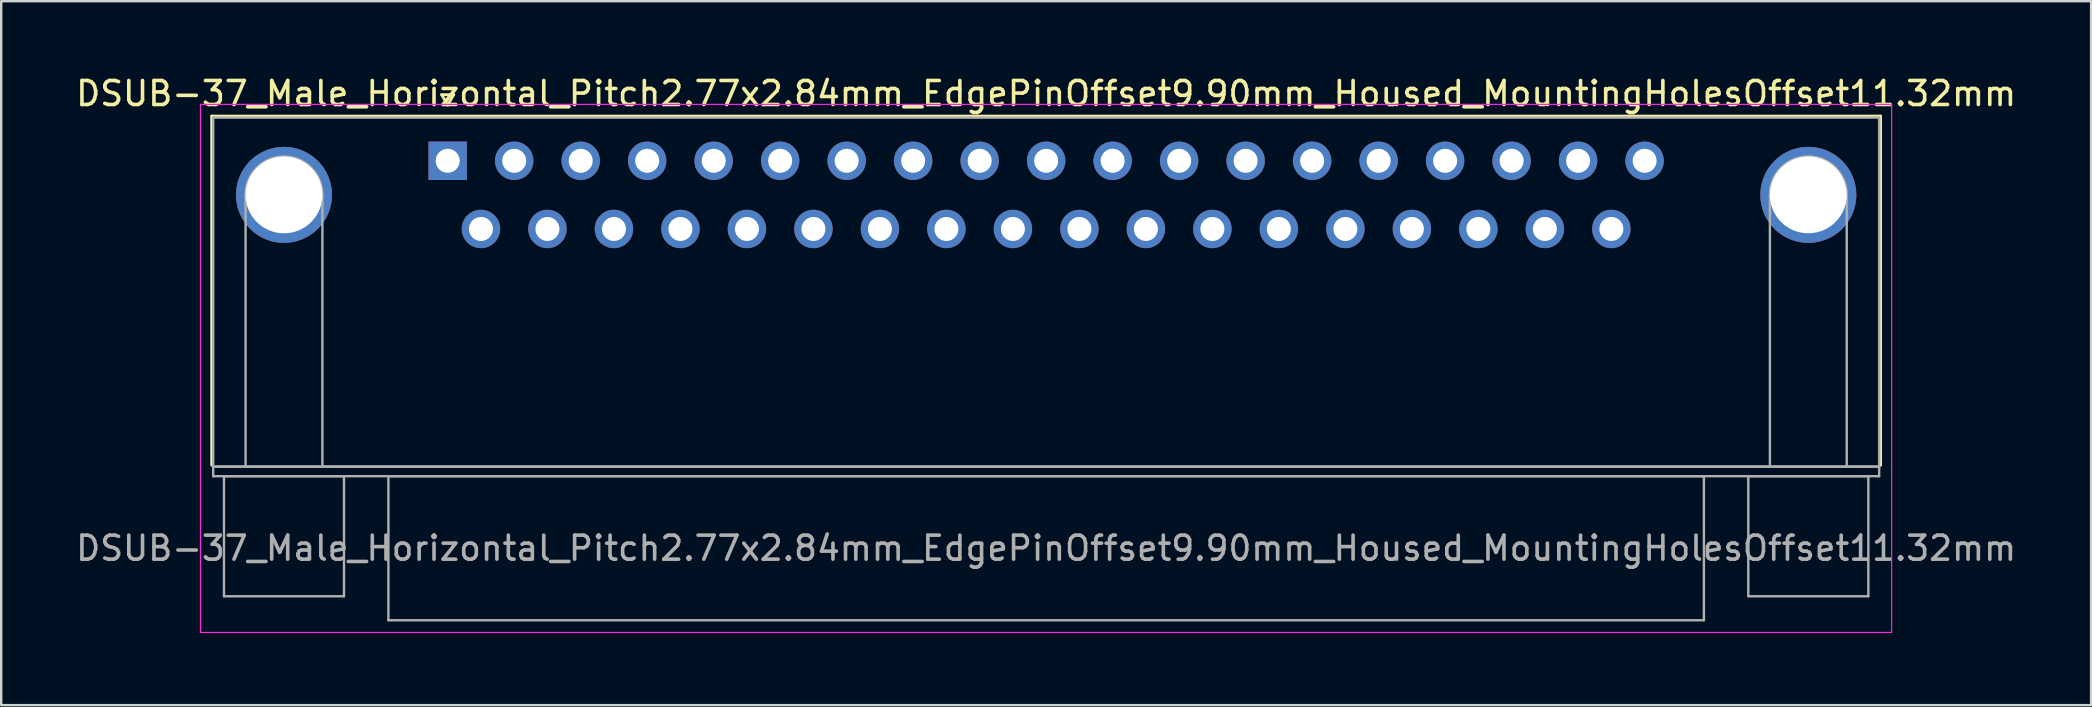
<source format=kicad_pcb>
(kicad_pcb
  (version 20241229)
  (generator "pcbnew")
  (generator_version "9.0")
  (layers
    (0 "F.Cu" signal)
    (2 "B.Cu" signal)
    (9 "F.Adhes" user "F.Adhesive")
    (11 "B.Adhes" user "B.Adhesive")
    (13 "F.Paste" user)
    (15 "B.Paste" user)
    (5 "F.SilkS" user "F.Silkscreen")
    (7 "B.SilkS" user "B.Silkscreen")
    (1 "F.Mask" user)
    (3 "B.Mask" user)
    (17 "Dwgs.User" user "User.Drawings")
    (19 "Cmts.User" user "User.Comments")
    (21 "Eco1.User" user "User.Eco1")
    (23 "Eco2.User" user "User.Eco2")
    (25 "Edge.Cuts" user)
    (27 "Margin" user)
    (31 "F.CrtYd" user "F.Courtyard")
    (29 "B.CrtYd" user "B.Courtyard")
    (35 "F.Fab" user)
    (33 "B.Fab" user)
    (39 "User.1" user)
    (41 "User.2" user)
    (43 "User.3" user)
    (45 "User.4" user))
  (footprint "DSUB-37_Male_Horizontal_Pitch2.77x2.84mm_EdgePinOffset9.90mm_Housed_MountingHolesOffset11.32mm"
    (layer "F.Cu")
    (at 15.6 3.648)
    (property "Reference" "DSUB-37_Male_Horizontal_Pitch2.77x2.84mm_EdgePinOffset9.90mm_Housed_MountingHolesOffset11.32mm" (at 24.93 -2.8 0) (layer "F.SilkS") (effects (font (size 1 1) (thickness 0.15))))
    (attr through_hole)
    (fp_line (start -9.83 -1.86) (end 59.69 -1.86) (stroke (width 0.12) (type solid)) (layer "F.SilkS"))
    (fp_line (start -9.83 12.68) (end -9.83 -1.86) (stroke (width 0.12) (type solid)) (layer "F.SilkS"))
    (fp_line (start -0.25 -2.754) (end 0.25 -2.754) (stroke (width 0.12) (type solid)) (layer "F.SilkS"))
    (fp_line (start 0 -2.321) (end -0.25 -2.754) (stroke (width 0.12) (type solid)) (layer "F.SilkS"))
    (fp_line (start 0.25 -2.754) (end 0 -2.321) (stroke (width 0.12) (type solid)) (layer "F.SilkS"))
    (fp_line (start 59.69 -1.86) (end 59.69 12.68) (stroke (width 0.12) (type solid)) (layer "F.SilkS"))
    (fp_line (start -10.3 -2.35) (end -10.3 19.65) (stroke (width 0.05) (type solid)) (layer "F.CrtYd"))
    (fp_line (start -10.3 19.65) (end 60.15 19.65) (stroke (width 0.05) (type solid)) (layer "F.CrtYd"))
    (fp_line (start 60.15 -2.35) (end -10.3 -2.35) (stroke (width 0.05) (type solid)) (layer "F.CrtYd"))
    (fp_line (start 60.15 19.65) (end 60.15 -2.35) (stroke (width 0.05) (type solid)) (layer "F.CrtYd"))
    (fp_line (start -9.77 -1.8) (end -9.77 12.74) (stroke (width 0.1) (type solid)) (layer "F.Fab"))
    (fp_line (start -9.77 12.74) (end -9.77 13.14) (stroke (width 0.1) (type solid)) (layer "F.Fab"))
    (fp_line (start -9.77 12.74) (end 59.63 12.74) (stroke (width 0.1) (type solid)) (layer "F.Fab"))
    (fp_line (start -9.77 13.14) (end 59.63 13.14) (stroke (width 0.1) (type solid)) (layer "F.Fab"))
    (fp_line (start -9.32 13.14) (end -9.32 18.14) (stroke (width 0.1) (type solid)) (layer "F.Fab"))
    (fp_line (start -9.32 18.14) (end -4.32 18.14) (stroke (width 0.1) (type solid)) (layer "F.Fab"))
    (fp_line (start -8.42 12.74) (end -8.42 1.42) (stroke (width 0.1) (type solid)) (layer "F.Fab"))
    (fp_line (start -5.22 12.74) (end -5.22 1.42) (stroke (width 0.1) (type solid)) (layer "F.Fab"))
    (fp_line (start -4.32 13.14) (end -9.32 13.14) (stroke (width 0.1) (type solid)) (layer "F.Fab"))
    (fp_line (start -4.32 18.14) (end -4.32 13.14) (stroke (width 0.1) (type solid)) (layer "F.Fab"))
    (fp_line (start -2.47 13.14) (end -2.47 19.14) (stroke (width 0.1) (type solid)) (layer "F.Fab"))
    (fp_line (start -2.47 19.14) (end 52.33 19.14) (stroke (width 0.1) (type solid)) (layer "F.Fab"))
    (fp_line (start 52.33 13.14) (end -2.47 13.14) (stroke (width 0.1) (type solid)) (layer "F.Fab"))
    (fp_line (start 52.33 19.14) (end 52.33 13.14) (stroke (width 0.1) (type solid)) (layer "F.Fab"))
    (fp_line (start 54.18 13.14) (end 54.18 18.14) (stroke (width 0.1) (type solid)) (layer "F.Fab"))
    (fp_line (start 54.18 18.14) (end 59.18 18.14) (stroke (width 0.1) (type solid)) (layer "F.Fab"))
    (fp_line (start 55.08 12.74) (end 55.08 1.42) (stroke (width 0.1) (type solid)) (layer "F.Fab"))
    (fp_line (start 58.28 12.74) (end 58.28 1.42) (stroke (width 0.1) (type solid)) (layer "F.Fab"))
    (fp_line (start 59.18 13.14) (end 54.18 13.14) (stroke (width 0.1) (type solid)) (layer "F.Fab"))
    (fp_line (start 59.18 18.14) (end 59.18 13.14) (stroke (width 0.1) (type solid)) (layer "F.Fab"))
    (fp_line (start 59.63 -1.8) (end -9.77 -1.8) (stroke (width 0.1) (type solid)) (layer "F.Fab"))
    (fp_line (start 59.63 12.74) (end -9.77 12.74) (stroke (width 0.1) (type solid)) (layer "F.Fab"))
    (fp_line (start 59.63 12.74) (end 59.63 -1.8) (stroke (width 0.1) (type solid)) (layer "F.Fab"))
    (fp_line (start 59.63 13.14) (end 59.63 12.74) (stroke (width 0.1) (type solid)) (layer "F.Fab"))
    (fp_arc (start -8.42 1.42) (mid -6.82 -0.18) (end -5.22 1.42) (stroke (width 0.1) (type solid)) (layer "F.Fab"))
    (fp_arc (start 55.08 1.42) (mid 56.68 -0.18) (end 58.28 1.42) (stroke (width 0.1) (type solid)) (layer "F.Fab"))
    (fp_text user "${REFERENCE}" (at 24.93 16.14 0) (layer "F.Fab") (effects (font (size 1 1) (thickness 0.15))))
    (pad "0" thru_hole circle (at -6.82 1.42) (size 4 4) (drill 3.2) (layers "*.Cu" "*.Mask"))
    (pad "0" thru_hole circle (at 56.68 1.42) (size 4 4) (drill 3.2) (layers "*.Cu" "*.Mask"))
    (pad "1" thru_hole rect (at 0 0) (size 1.6 1.6) (drill 1) (layers "*.Cu" "*.Mask"))
    (pad "2" thru_hole circle (at 2.77 0) (size 1.6 1.6) (drill 1) (layers "*.Cu" "*.Mask"))
    (pad "3" thru_hole circle (at 5.54 0) (size 1.6 1.6) (drill 1) (layers "*.Cu" "*.Mask"))
    (pad "4" thru_hole circle (at 8.31 0) (size 1.6 1.6) (drill 1) (layers "*.Cu" "*.Mask"))
    (pad "5" thru_hole circle (at 11.08 0) (size 1.6 1.6) (drill 1) (layers "*.Cu" "*.Mask"))
    (pad "6" thru_hole circle (at 13.85 0) (size 1.6 1.6) (drill 1) (layers "*.Cu" "*.Mask"))
    (pad "7" thru_hole circle (at 16.62 0) (size 1.6 1.6) (drill 1) (layers "*.Cu" "*.Mask"))
    (pad "8" thru_hole circle (at 19.39 0) (size 1.6 1.6) (drill 1) (layers "*.Cu" "*.Mask"))
    (pad "9" thru_hole circle (at 22.16 0) (size 1.6 1.6) (drill 1) (layers "*.Cu" "*.Mask"))
    (pad "10" thru_hole circle (at 24.93 0) (size 1.6 1.6) (drill 1) (layers "*.Cu" "*.Mask"))
    (pad "11" thru_hole circle (at 27.7 0) (size 1.6 1.6) (drill 1) (layers "*.Cu" "*.Mask"))
    (pad "12" thru_hole circle (at 30.47 0) (size 1.6 1.6) (drill 1) (layers "*.Cu" "*.Mask"))
    (pad "13" thru_hole circle (at 33.24 0) (size 1.6 1.6) (drill 1) (layers "*.Cu" "*.Mask"))
    (pad "14" thru_hole circle (at 36.01 0) (size 1.6 1.6) (drill 1) (layers "*.Cu" "*.Mask"))
    (pad "15" thru_hole circle (at 38.78 0) (size 1.6 1.6) (drill 1) (layers "*.Cu" "*.Mask"))
    (pad "16" thru_hole circle (at 41.55 0) (size 1.6 1.6) (drill 1) (layers "*.Cu" "*.Mask"))
    (pad "17" thru_hole circle (at 44.32 0) (size 1.6 1.6) (drill 1) (layers "*.Cu" "*.Mask"))
    (pad "18" thru_hole circle (at 47.09 0) (size 1.6 1.6) (drill 1) (layers "*.Cu" "*.Mask"))
    (pad "19" thru_hole circle (at 49.86 0) (size 1.6 1.6) (drill 1) (layers "*.Cu" "*.Mask"))
    (pad "20" thru_hole circle (at 1.385 2.84) (size 1.6 1.6) (drill 1) (layers "*.Cu" "*.Mask"))
    (pad "21" thru_hole circle (at 4.155 2.84) (size 1.6 1.6) (drill 1) (layers "*.Cu" "*.Mask"))
    (pad "22" thru_hole circle (at 6.925 2.84) (size 1.6 1.6) (drill 1) (layers "*.Cu" "*.Mask"))
    (pad "23" thru_hole circle (at 9.695 2.84) (size 1.6 1.6) (drill 1) (layers "*.Cu" "*.Mask"))
    (pad "24" thru_hole circle (at 12.465 2.84) (size 1.6 1.6) (drill 1) (layers "*.Cu" "*.Mask"))
    (pad "25" thru_hole circle (at 15.235 2.84) (size 1.6 1.6) (drill 1) (layers "*.Cu" "*.Mask"))
    (pad "26" thru_hole circle (at 18.005 2.84) (size 1.6 1.6) (drill 1) (layers "*.Cu" "*.Mask"))
    (pad "27" thru_hole circle (at 20.775 2.84) (size 1.6 1.6) (drill 1) (layers "*.Cu" "*.Mask"))
    (pad "28" thru_hole circle (at 23.545 2.84) (size 1.6 1.6) (drill 1) (layers "*.Cu" "*.Mask"))
    (pad "29" thru_hole circle (at 26.315 2.84) (size 1.6 1.6) (drill 1) (layers "*.Cu" "*.Mask"))
    (pad "30" thru_hole circle (at 29.085 2.84) (size 1.6 1.6) (drill 1) (layers "*.Cu" "*.Mask"))
    (pad "31" thru_hole circle (at 31.855 2.84) (size 1.6 1.6) (drill 1) (layers "*.Cu" "*.Mask"))
    (pad "32" thru_hole circle (at 34.625 2.84) (size 1.6 1.6) (drill 1) (layers "*.Cu" "*.Mask"))
    (pad "33" thru_hole circle (at 37.395 2.84) (size 1.6 1.6) (drill 1) (layers "*.Cu" "*.Mask"))
    (pad "34" thru_hole circle (at 40.165 2.84) (size 1.6 1.6) (drill 1) (layers "*.Cu" "*.Mask"))
    (pad "35" thru_hole circle (at 42.935 2.84) (size 1.6 1.6) (drill 1) (layers "*.Cu" "*.Mask"))
    (pad "36" thru_hole circle (at 45.705 2.84) (size 1.6 1.6) (drill 1) (layers "*.Cu" "*.Mask"))
    (pad "37" thru_hole circle (at 48.475 2.84) (size 1.6 1.6) (drill 1) (layers "*.Cu" "*.Mask")))
  (gr_rect
    (start -3 -3)
    (end 84.06 26.323)
    (stroke (width 0.1) (type default))
    (fill no)
    (layer "Edge.Cuts")))
</source>
